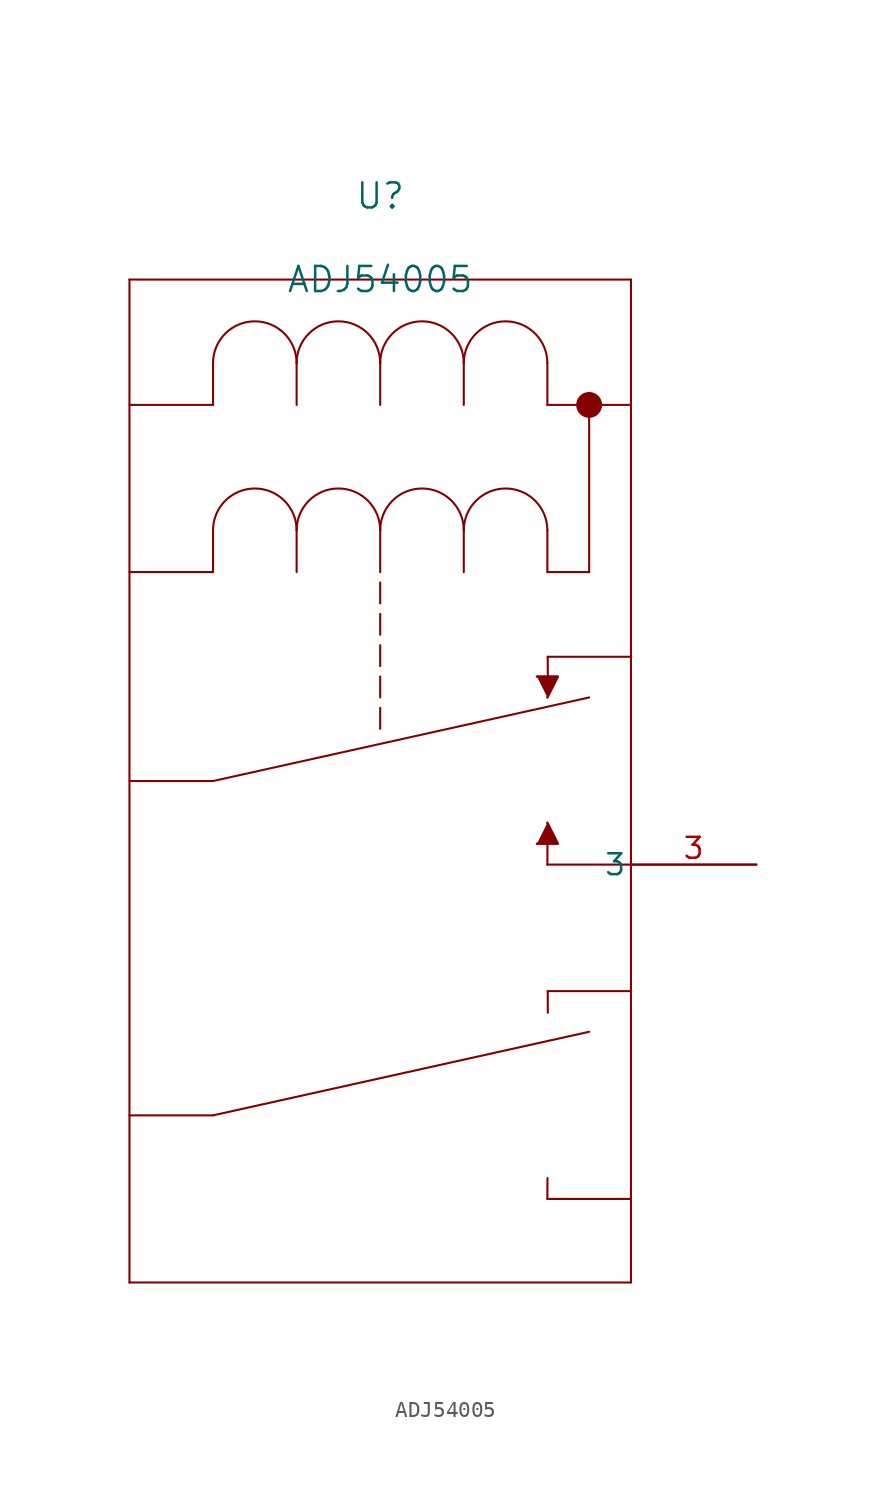
<source format=kicad_sym>
(kicad_symbol_lib
  (version 20211014)
  (generator kicad_symbol_editor)
  (symbol "ADJ54005"
    (pin_names
      (offset 0.254))
    (property "Reference" "U"
      (at 22.86 12.7 0)
      (effects (font (size 1.524 1.524))))
    (property "Value" "ADJ54005"
      (at 22.86 7.62 0)
      (effects (font (size 1.524 1.524))))
    (symbol "ADJ54005_0_1"
      (polyline (pts (xy 12.7 -22.86) (xy 7.62 -22.86)) (stroke (width 0.127) (type default) (color 0 0 0 0)) (fill (type none)))
      (polyline (pts (xy 12.7 -22.86) (xy 35.56 -17.78)) (stroke (width 0.127) (type default) (color 0 0 0 0)) (fill (type none)))
      (polyline (pts (xy 38.1 -27.94) (xy 33.02 -27.94)) (stroke (width 0.127) (type default) (color 0 0 0 0)) (fill (type none)))
      (polyline (pts (xy 33.042 -15.308) (xy 38.122 -15.308)) (stroke (width 0.127) (type default) (color 0 0 0 0)) (fill (type none)))
      (polyline (pts (xy 38.1 7.62) (xy 7.62 7.62)) (stroke (width 0.127) (type default) (color 0 0 0 0)) (fill (type none)))
      (arc (start 17.78 -7.62) (mid 15.24 -5.08) (end 12.7 -7.62) (stroke (width 0.127) (type default) (color 0 0 0 0)) (fill (type none)))
      (polyline (pts (xy 12.7 -7.62) (xy 12.7 -10.16)) (stroke (width 0.127) (type default) (color 0 0 0 0)) (fill (type none)))
      (arc (start 22.86 -7.62) (mid 20.32 -5.08) (end 17.78 -7.62) (stroke (width 0.127) (type default) (color 0 0 0 0)) (fill (type none)))
      (polyline (pts (xy 17.78 -7.62) (xy 17.78 -10.16)) (stroke (width 0.127) (type default) (color 0 0 0 0)) (fill (type none)))
      (arc (start 27.94 -7.62) (mid 25.4 -5.08) (end 22.86 -7.62) (stroke (width 0.127) (type default) (color 0 0 0 0)) (fill (type none)))
      (polyline (pts (xy 22.86 -7.62) (xy 22.86 -10.16)) (stroke (width 0.127) (type default) (color 0 0 0 0)) (fill (type none)))
      (arc (start 33.02 -7.62) (mid 30.48 -5.08) (end 27.94 -7.62) (stroke (width 0.127) (type default) (color 0 0 0 0)) (fill (type none)))
      (polyline (pts (xy 27.94 -7.62) (xy 27.94 -10.16)) (stroke (width 0.127) (type default) (color 0 0 0 0)) (fill (type none)))
      (polyline (pts (xy 33.02 -7.62) (xy 33.02 -10.16)) (stroke (width 0.127) (type default) (color 0 0 0 0)) (fill (type none)))
      (polyline (pts (xy 7.62 7.62) (xy 7.62 -53.34)) (stroke (width 0.127) (type default) (color 0 0 0 0)) (fill (type none)))
      (polyline (pts (xy 7.62 -53.34) (xy 38.1 -53.34)) (stroke (width 0.127) (type default) (color 0 0 0 0)) (fill (type none)))
      (polyline (pts (xy 38.1 -53.34) (xy 38.1 7.62)) (stroke (width 0.127) (type default) (color 0 0 0 0)) (fill (type none)))
      (polyline (pts (xy 33.048 -16.625) (xy 33.042 -15.308)) (stroke (width 0.127) (type default) (color 0 0 0 0)) (fill (type none)))
      (polyline (pts (xy 12.7 -10.16) (xy 7.62 -10.16)) (stroke (width 0.127) (type default) (color 0 0 0 0)) (fill (type none)))
      (polyline (pts (xy 33.02 -10.16) (xy 35.56 -10.16)) (stroke (width 0.127) (type default) (color 0 0 0 0)) (fill (type none)))
      (polyline (pts (xy 33.02 -27.94) (xy 33.026 -26.671)) (stroke (width 0.127) (type default) (color 0 0 0 0)) (fill (type none)))
      (polyline (pts (xy 22.86 -12.065) (xy 22.86 -10.795)) (stroke (width 0.127) (type default) (color 0 0 0 0)) (fill (type none)))
      (polyline (pts (xy 22.86 -12.7) (xy 22.86 -13.97)) (stroke (width 0.127) (type default) (color 0 0 0 0)) (fill (type none)))
      (polyline (pts (xy 22.86 -14.605) (xy 22.86 -15.875)) (stroke (width 0.127) (type default) (color 0 0 0 0)) (fill (type none)))
      (polyline (pts (xy 22.86 -16.51) (xy 22.86 -17.78)) (stroke (width 0.127) (type default) (color 0 0 0 0)) (fill (type none)))
      (polyline (pts (xy 22.86 -18.415) (xy 22.86 -19.685)) (stroke (width 0.127) (type default) (color 0 0 0 0)) (fill (type none)))
      (arc (start 17.78 2.54) (mid 15.24 5.08) (end 12.7 2.54) (stroke (width 0.127) (type default) (color 0 0 0 0)) (fill (type none)))
      (polyline (pts (xy 12.7 2.54) (xy 12.7 0)) (stroke (width 0.127) (type default) (color 0 0 0 0)) (fill (type none)))
      (arc (start 22.86 2.54) (mid 20.32 5.08) (end 17.78 2.54) (stroke (width 0.127) (type default) (color 0 0 0 0)) (fill (type none)))
      (polyline (pts (xy 17.78 2.54) (xy 17.78 0)) (stroke (width 0.127) (type default) (color 0 0 0 0)) (fill (type none)))
      (arc (start 27.94 2.54) (mid 25.4 5.08) (end 22.86 2.54) (stroke (width 0.127) (type default) (color 0 0 0 0)) (fill (type none)))
      (polyline (pts (xy 22.86 2.54) (xy 22.86 0)) (stroke (width 0.127) (type default) (color 0 0 0 0)) (fill (type none)))
      (arc (start 33.02 2.54) (mid 30.48 5.08) (end 27.94 2.54) (stroke (width 0.127) (type default) (color 0 0 0 0)) (fill (type none)))
      (polyline (pts (xy 27.94 2.54) (xy 27.94 0)) (stroke (width 0.127) (type default) (color 0 0 0 0)) (fill (type none)))
      (polyline (pts (xy 33.02 2.54) (xy 33.02 0)) (stroke (width 0.127) (type default) (color 0 0 0 0)) (fill (type none)))
      (polyline (pts (xy 12.7 0) (xy 7.62 0)) (stroke (width 0.127) (type default) (color 0 0 0 0)) (fill (type none)))
      (polyline (pts (xy 33.02 0) (xy 38.1 0)) (stroke (width 0.127) (type default) (color 0 0 0 0)) (fill (type none)))
      (polyline (pts (xy 35.56 0) (xy 35.56 -10.16)) (stroke (width 0.127) (type default) (color 0 0 0 0)) (fill (type none)))
      (arc (start 35.554688 -0.07082) (mid 35.575795 0.028556) (end 35.55233 -0.070289) (stroke (width 0.127) (type default) (color 0 0 0 0)) (fill (type none)))
      (circle (center 35.554 0) (radius 0.127) (stroke (width 0.127) (type default) (color 0 0 0 0)) (fill (type none)))
      (circle (center 35.565 -0.011) (radius 0.203) (stroke (width 0.127) (type default) (color 0 0 0 0)) (fill (type none)))
      (circle (center 35.564 -0.021) (radius 0.254) (stroke (width 0.127) (type default) (color 0 0 0 0)) (fill (type none)))
      (polyline (pts (xy 12.7 -43.18) (xy 7.62 -43.18)) (stroke (width 0.127) (type default) (color 0 0 0 0)) (fill (type none)))
      (polyline (pts (xy 12.7 -43.18) (xy 35.56 -38.1)) (stroke (width 0.127) (type default) (color 0 0 0 0)) (fill (type none)))
      (polyline (pts (xy 38.1 -48.26) (xy 33.02 -48.26)) (stroke (width 0.127) (type default) (color 0 0 0 0)) (fill (type none)))
      (polyline (pts (xy 33.042 -35.628) (xy 38.122 -35.628)) (stroke (width 0.127) (type default) (color 0 0 0 0)) (fill (type none)))
      (polyline (pts (xy 33.048 -36.945) (xy 33.042 -35.628)) (stroke (width 0.127) (type default) (color 0 0 0 0)) (fill (type none)))
      (polyline (pts (xy 33.02 -48.26) (xy 33.026 -46.991)) (stroke (width 0.127) (type default) (color 0 0 0 0)) (fill (type none)))
      (circle (center 35.56 0) (radius 0.406) (stroke (width 0.762) (type default) (color 0 0 0 0)) (fill (type none)))
      (polyline (pts (xy 32.385 -16.51) (xy 33.655 -16.51) (xy 33.02 -17.78)) (stroke (width 0) (type default) (color 0 0 0 0)) (fill (type outline)))
      (polyline (pts (xy 32.385 -26.67) (xy 33.655 -26.67) (xy 33.02 -25.4)) (stroke (width 0) (type default) (color 0 0 0 0)) (fill (type outline)))
      (pin unspecified line (at 45.72 -27.94 180) (length 7.62) (name "3" (effects (font (size 1.27 1.27)))) (number "3" (effects (font (size 1.27 1.27))))))))
</source>
